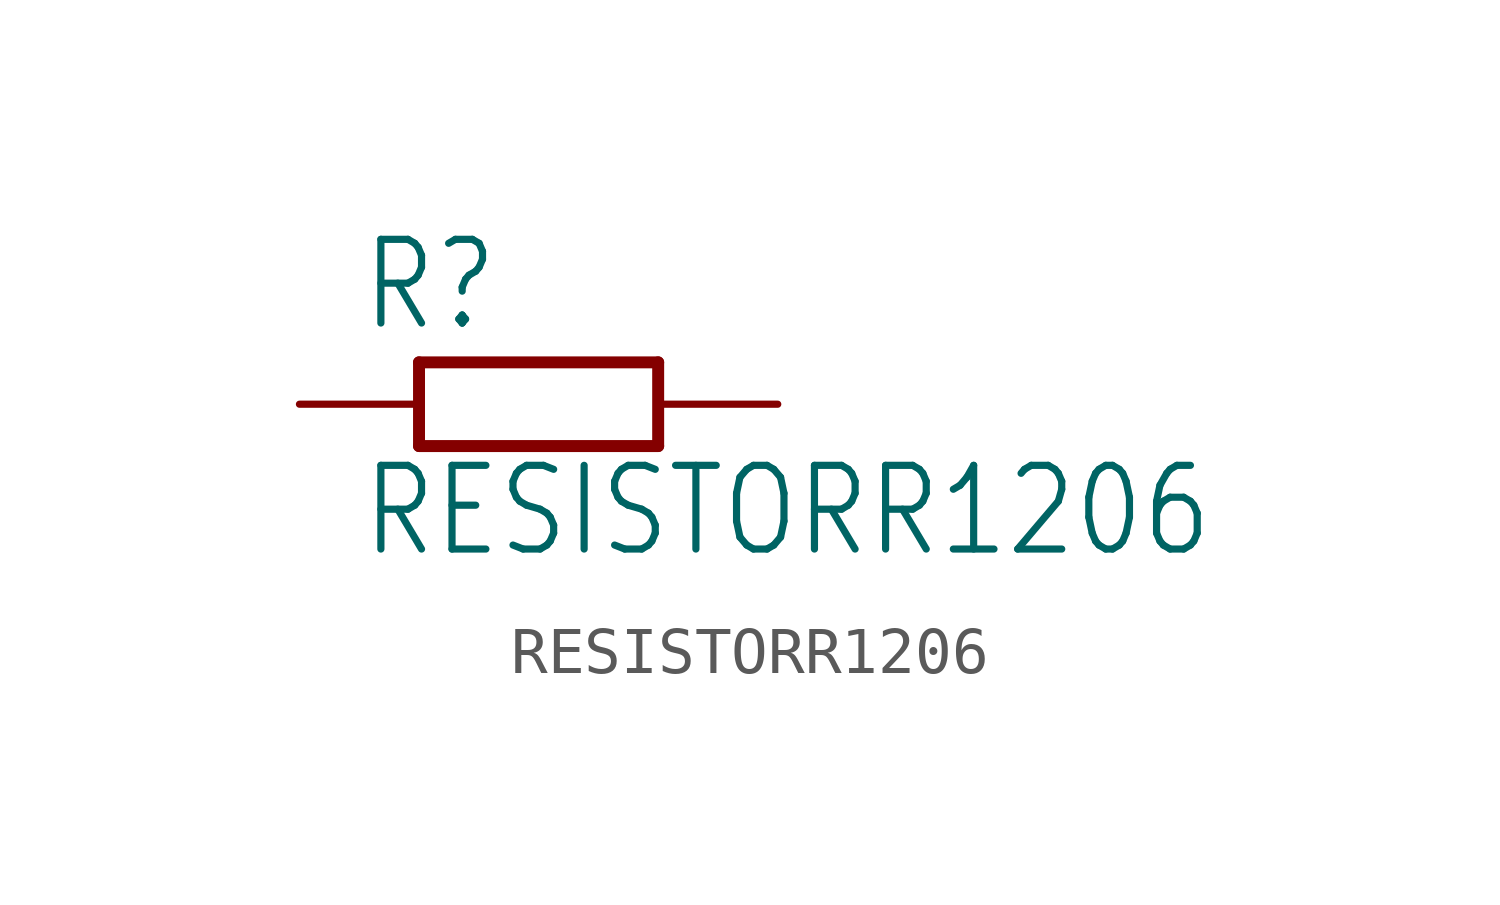
<source format=kicad_sym>
(kicad_symbol_lib
  (version 20211014)
  (generator kicad_symbol_editor)
  (symbol "RESISTORR1206"
    (property "Reference" "R"
      (at -3.81 1.499 0)
      (effects (font (size 1.778 1.511)) (justify left bottom)))
    (property "Value" "RESISTORR1206"
      (at -3.81 -3.302 0)
      (effects (font (size 1.778 1.511)) (justify left bottom)))
    (property "ki_locked" ""
      (at 0 0 0)
      (effects (font (size 1.27 1.27))))
    (symbol "RESISTORR1206_1_0"
      (polyline (pts (xy -2.54 -0.889) (xy -2.54 0.889)) (stroke (width 0.254) (type default) (color 0 0 0 0)) (fill (type none)))
      (polyline (pts (xy -2.54 -0.889) (xy 2.54 -0.889)) (stroke (width 0.254) (type default) (color 0 0 0 0)) (fill (type none)))
      (polyline (pts (xy 2.54 -0.889) (xy 2.54 0.889)) (stroke (width 0.254) (type default) (color 0 0 0 0)) (fill (type none)))
      (polyline (pts (xy 2.54 0.889) (xy -2.54 0.889)) (stroke (width 0.254) (type default) (color 0 0 0 0)) (fill (type none)))
      (pin passive line (at -5.08 0 0) (length 2.54) (name "1" (effects (font (size 0 0)))) (number "1" (effects (font (size 0 0)))))
      (pin passive line (at 5.08 0 180) (length 2.54) (name "2" (effects (font (size 0 0)))) (number "2" (effects (font (size 0 0))))))))
</source>
